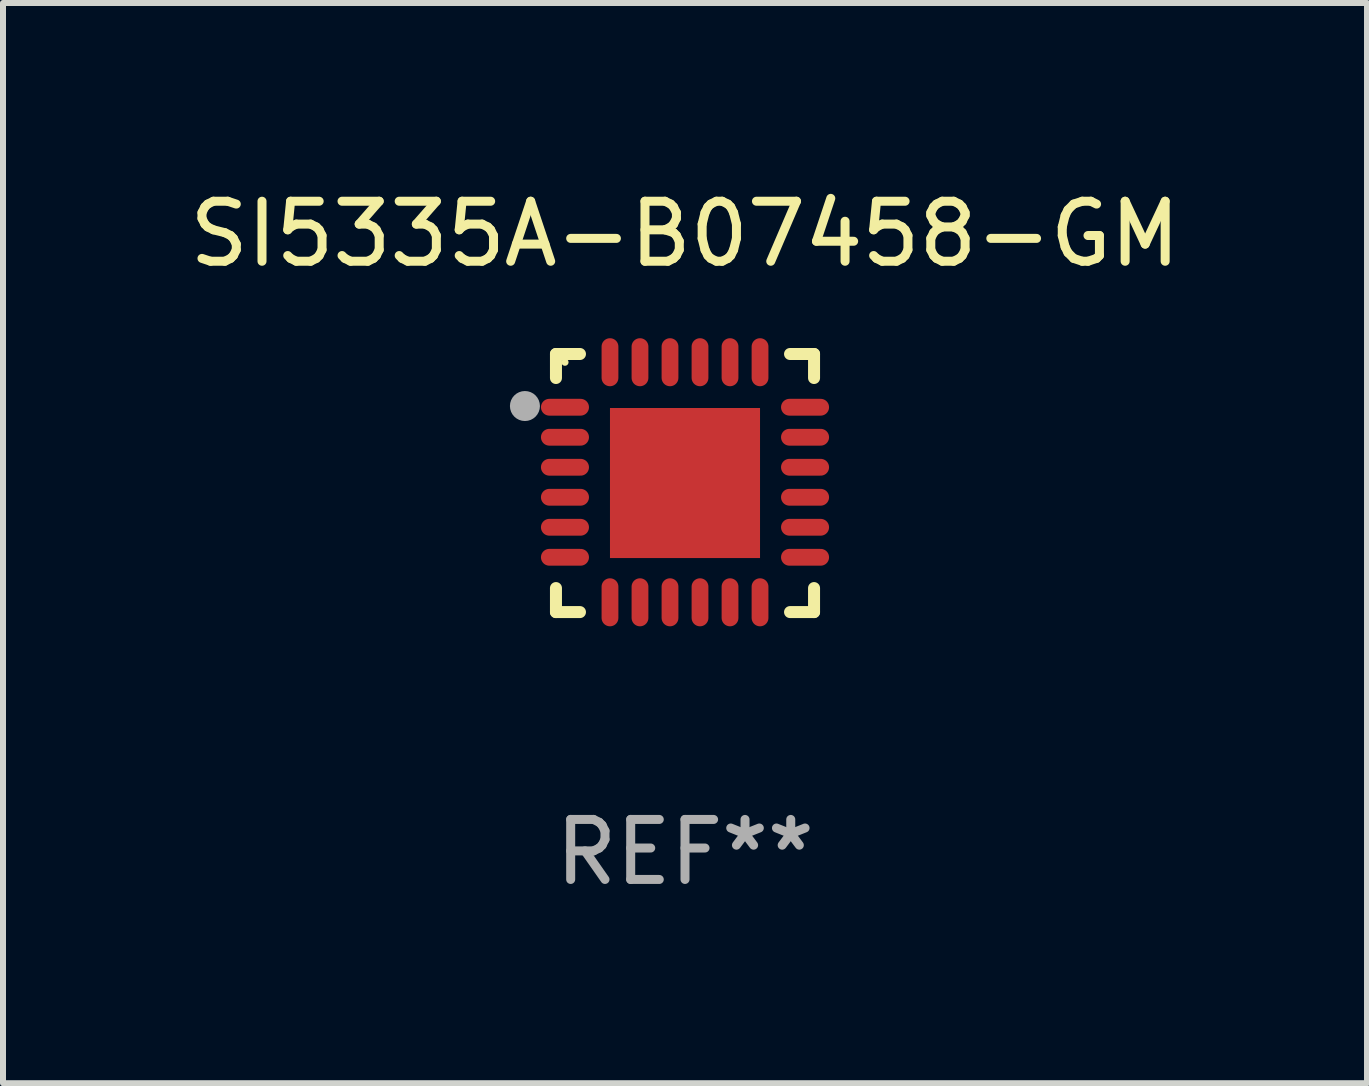
<source format=kicad_pcb>
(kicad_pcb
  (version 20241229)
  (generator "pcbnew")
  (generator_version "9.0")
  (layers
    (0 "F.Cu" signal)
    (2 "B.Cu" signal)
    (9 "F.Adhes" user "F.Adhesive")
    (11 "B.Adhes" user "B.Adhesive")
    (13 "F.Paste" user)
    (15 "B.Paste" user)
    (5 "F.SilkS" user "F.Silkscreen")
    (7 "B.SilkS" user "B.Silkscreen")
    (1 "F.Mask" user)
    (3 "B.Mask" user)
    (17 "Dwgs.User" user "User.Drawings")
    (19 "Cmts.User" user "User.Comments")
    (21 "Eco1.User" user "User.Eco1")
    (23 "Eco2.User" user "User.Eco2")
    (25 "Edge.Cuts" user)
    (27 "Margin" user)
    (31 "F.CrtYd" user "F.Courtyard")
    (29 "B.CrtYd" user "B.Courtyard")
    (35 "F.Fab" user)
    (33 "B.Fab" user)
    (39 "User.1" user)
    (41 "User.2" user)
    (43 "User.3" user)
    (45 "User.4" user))
  (footprint "SI5335A-B07458-GM"
    (layer "F.Cu")
    (at 8.363 4.998)
    (property "Reference" "SI5335A-B07458-GM" (at 0 -4.15 0) (layer "F.SilkS") (effects (font (size 1 1) (thickness 0.15))))
    (attr through_hole)
    (fp_line (start -2.15 -2.15) (end -1.75 -2.15) (stroke (width 0.2) (type solid)) (layer "F.SilkS"))
    (fp_line (start -2.15 -1.75) (end -2.15 -2.15) (stroke (width 0.2) (type solid)) (layer "F.SilkS"))
    (fp_line (start -2.15 2.15) (end -2.15 1.75) (stroke (width 0.2) (type solid)) (layer "F.SilkS"))
    (fp_line (start -1.75 2.15) (end -2.15 2.15) (stroke (width 0.2) (type solid)) (layer "F.SilkS"))
    (fp_line (start 1.75 -2.15) (end 2.15 -2.15) (stroke (width 0.2) (type solid)) (layer "F.SilkS"))
    (fp_line (start 1.75 2.15) (end 2.15 2.15) (stroke (width 0.2) (type solid)) (layer "F.SilkS"))
    (fp_line (start 2.15 -2.15) (end 2.15 -1.75) (stroke (width 0.2) (type solid)) (layer "F.SilkS"))
    (fp_line (start 2.15 2.15) (end 2.15 1.75) (stroke (width 0.2) (type solid)) (layer "F.SilkS"))
    (fp_circle (center -2 -2.013) (end -1.97 -2.013) (stroke (width 0.06) (type solid)) (fill no) (layer "F.SilkS"))
    (fp_circle (center -2.667 -1.283) (end -2.542 -1.283) (stroke (width 0.25) (type solid)) (fill no) (layer "F.Fab"))
    (fp_text user "REF**" (at 0 6.15 0) (layer "F.Fab") (effects (font (size 1 1) (thickness 0.15))))
    (pad "1" smd oval (at -2 -1.263) (size 0.8 0.28) (layers "F.Cu" "F.Mask" "F.Paste"))
    (pad "2" smd oval (at -2 -0.763) (size 0.8 0.28) (layers "F.Cu" "F.Mask" "F.Paste"))
    (pad "3" smd oval (at -2 -0.263) (size 0.8 0.28) (layers "F.Cu" "F.Mask" "F.Paste"))
    (pad "4" smd oval (at -2 0.237) (size 0.8 0.28) (layers "F.Cu" "F.Mask" "F.Paste"))
    (pad "5" smd oval (at -2 0.737) (size 0.8 0.28) (layers "F.Cu" "F.Mask" "F.Paste"))
    (pad "6" smd oval (at -2 1.237) (size 0.8 0.28) (layers "F.Cu" "F.Mask" "F.Paste"))
    (pad "7" smd oval (at -1.25 1.987) (size 0.28 0.8) (layers "F.Cu" "F.Mask" "F.Paste"))
    (pad "8" smd oval (at -0.75 1.987) (size 0.28 0.8) (layers "F.Cu" "F.Mask" "F.Paste"))
    (pad "9" smd oval (at -0.25 1.987) (size 0.28 0.8) (layers "F.Cu" "F.Mask" "F.Paste"))
    (pad "10" smd oval (at 0.25 1.987) (size 0.28 0.8) (layers "F.Cu" "F.Mask" "F.Paste"))
    (pad "11" smd oval (at 0.75 1.987) (size 0.28 0.8) (layers "F.Cu" "F.Mask" "F.Paste"))
    (pad "12" smd oval (at 1.25 1.987) (size 0.28 0.8) (layers "F.Cu" "F.Mask" "F.Paste"))
    (pad "13" smd oval (at 2 1.237) (size 0.8 0.28) (layers "F.Cu" "F.Mask" "F.Paste"))
    (pad "14" smd oval (at 2 0.737) (size 0.8 0.28) (layers "F.Cu" "F.Mask" "F.Paste"))
    (pad "15" smd oval (at 2 0.237) (size 0.8 0.28) (layers "F.Cu" "F.Mask" "F.Paste"))
    (pad "16" smd oval (at 2 -0.263) (size 0.8 0.28) (layers "F.Cu" "F.Mask" "F.Paste"))
    (pad "17" smd oval (at 2 -0.763) (size 0.8 0.28) (layers "F.Cu" "F.Mask" "F.Paste"))
    (pad "18" smd oval (at 2 -1.263) (size 0.8 0.28) (layers "F.Cu" "F.Mask" "F.Paste"))
    (pad "19" smd oval (at 1.25 -2.013) (size 0.28 0.8) (layers "F.Cu" "F.Mask" "F.Paste"))
    (pad "20" smd oval (at 0.75 -2.013) (size 0.28 0.8) (layers "F.Cu" "F.Mask" "F.Paste"))
    (pad "21" smd oval (at 0.25 -2.013) (size 0.28 0.8) (layers "F.Cu" "F.Mask" "F.Paste"))
    (pad "22" smd oval (at -0.25 -2.013) (size 0.28 0.8) (layers "F.Cu" "F.Mask" "F.Paste"))
    (pad "23" smd oval (at -0.75 -2.013) (size 0.28 0.8) (layers "F.Cu" "F.Mask" "F.Paste"))
    (pad "24" smd oval (at -1.25 -2.013) (size 0.28 0.8) (layers "F.Cu" "F.Mask" "F.Paste"))
    (pad "25" smd rect (at -0.000127 -0.00014) (size 2.5 2.5) (layers "F.Cu" "F.Mask" "F.Paste")))
  (gr_rect
    (start -3 -3)
    (end 19.726 14.997)
    (stroke (width 0.1) (type default))
    (fill no)
    (layer "Edge.Cuts")))
</source>
